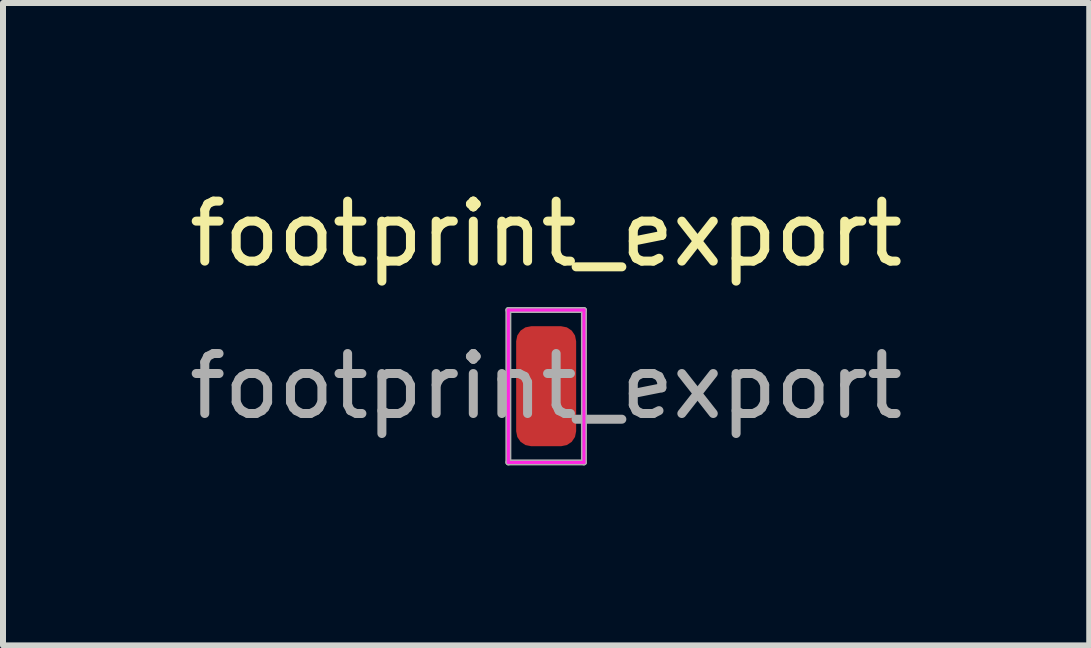
<source format=kicad_pcb>
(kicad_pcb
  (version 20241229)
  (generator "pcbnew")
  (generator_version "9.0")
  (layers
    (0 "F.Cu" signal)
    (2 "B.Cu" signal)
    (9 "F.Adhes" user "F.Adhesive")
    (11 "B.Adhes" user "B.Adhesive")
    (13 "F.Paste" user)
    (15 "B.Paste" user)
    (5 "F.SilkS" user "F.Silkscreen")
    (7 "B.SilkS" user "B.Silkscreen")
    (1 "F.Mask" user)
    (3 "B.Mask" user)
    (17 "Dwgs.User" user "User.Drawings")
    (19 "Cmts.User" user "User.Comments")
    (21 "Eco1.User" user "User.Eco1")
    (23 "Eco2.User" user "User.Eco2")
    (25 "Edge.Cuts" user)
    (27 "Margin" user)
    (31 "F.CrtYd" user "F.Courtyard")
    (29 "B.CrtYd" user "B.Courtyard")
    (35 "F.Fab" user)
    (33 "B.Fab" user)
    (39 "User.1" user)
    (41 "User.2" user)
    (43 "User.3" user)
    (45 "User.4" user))
  (footprint "footprint_export"
    (layer "F.Cu")
    (at 6.054 3.388)
    (property "Reference" "footprint_export" (at 0 -2.54 0) (layer "F.SilkS") (effects (font (size 1 1) (thickness 0.15))))
    (attr exclude_from_pos_files exclude_from_bom)
    (fp_line (start -0.63 -1.27) (end -0.63 1.27) (stroke (width 0.05) (type solid)) (layer "F.CrtYd"))
    (fp_line (start -0.63 1.27) (end 0.63 1.27) (stroke (width 0.05) (type solid)) (layer "F.CrtYd"))
    (fp_line (start 0.63 -1.27) (end -0.63 -1.27) (stroke (width 0.05) (type solid)) (layer "F.CrtYd"))
    (fp_line (start 0.63 1.27) (end 0.63 -1.27) (stroke (width 0.05) (type solid)) (layer "F.CrtYd"))
    (fp_line (start -0.63 -1.27) (end 0.63 -1.27) (stroke (width 0.1) (type solid)) (layer "F.Fab"))
    (fp_line (start -0.63 1.27) (end -0.63 -1.27) (stroke (width 0.1) (type solid)) (layer "F.Fab"))
    (fp_line (start 0.63 -1.27) (end 0.63 1.27) (stroke (width 0.1) (type solid)) (layer "F.Fab"))
    (fp_line (start 0.63 1.27) (end -0.63 1.27) (stroke (width 0.1) (type solid)) (layer "F.Fab"))
    (fp_text user "${REFERENCE}" (at 0 0 0) (layer "F.Fab") (effects (font (size 1 1) (thickness 0.15))))
    (pad "1" smd roundrect (at 0 0) (size 1 2) (layers "F.Cu" "F.Mask" "F.Paste") (roundrect_rratio 0.25)))
  (gr_rect
    (start -3 -3)
    (end 15.107 7.708)
    (stroke (width 0.1) (type default))
    (fill no)
    (layer "Edge.Cuts")))
</source>
